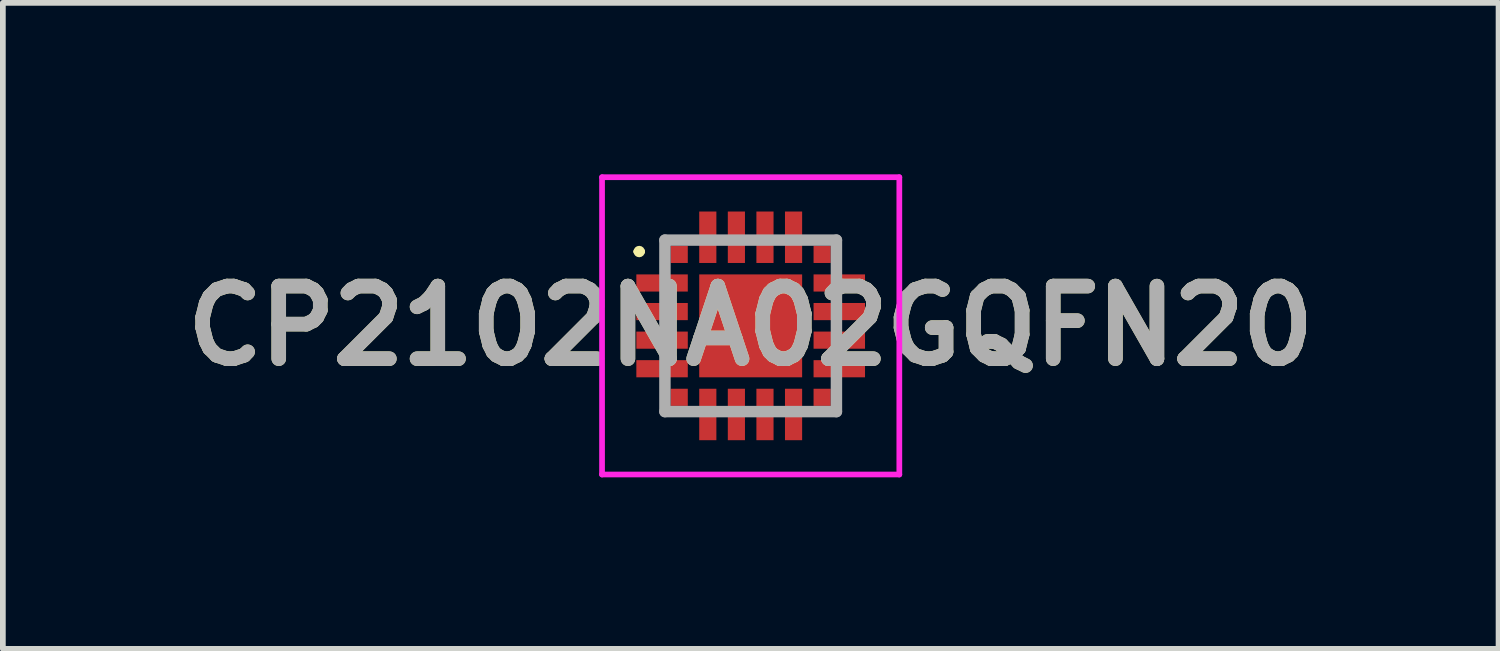
<source format=kicad_pcb>
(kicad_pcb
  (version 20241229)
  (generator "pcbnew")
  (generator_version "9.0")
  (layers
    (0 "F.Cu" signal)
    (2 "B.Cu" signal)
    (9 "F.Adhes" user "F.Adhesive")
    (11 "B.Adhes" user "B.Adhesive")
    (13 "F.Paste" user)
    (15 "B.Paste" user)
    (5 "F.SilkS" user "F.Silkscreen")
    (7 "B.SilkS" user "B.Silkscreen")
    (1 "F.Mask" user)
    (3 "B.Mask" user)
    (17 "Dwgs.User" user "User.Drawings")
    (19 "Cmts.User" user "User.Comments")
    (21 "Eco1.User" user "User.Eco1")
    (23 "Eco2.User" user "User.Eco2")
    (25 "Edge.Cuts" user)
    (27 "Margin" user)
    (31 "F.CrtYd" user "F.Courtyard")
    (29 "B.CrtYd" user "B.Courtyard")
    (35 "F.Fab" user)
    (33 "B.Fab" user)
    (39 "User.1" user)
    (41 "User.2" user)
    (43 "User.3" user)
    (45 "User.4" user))
  (footprint "CP2102NA02GQFN20"
    (layer "F.Cu")
    (at 10.081 2.65)
    (property "Reference" "CP2102NA02GQFN20" (at 0 0 0) (layer "F.SilkS") (effects (font (size 1.27 1.27) (thickness 0.254))))
    (attr smd)
    (fp_line (start -2 -1.3) (end -2 -1.3) (stroke (width 0.1) (type solid)) (layer "F.SilkS"))
    (fp_line (start -1.9 -1.3) (end -1.9 -1.3) (stroke (width 0.1) (type solid)) (layer "F.SilkS"))
    (fp_arc (start -2 -1.3) (mid -1.95 -1.35) (end -1.9 -1.3) (stroke (width 0.1) (type solid)) (layer "F.SilkS"))
    (fp_arc (start -1.9 -1.3) (mid -1.95 -1.25) (end -2 -1.3) (stroke (width 0.1) (type solid)) (layer "F.SilkS"))
    (fp_line (start -2.6 -2.6) (end 2.6 -2.6) (stroke (width 0.1) (type solid)) (layer "F.CrtYd"))
    (fp_line (start -2.6 2.6) (end -2.6 -2.6) (stroke (width 0.1) (type solid)) (layer "F.CrtYd"))
    (fp_line (start 2.6 -2.6) (end 2.6 2.6) (stroke (width 0.1) (type solid)) (layer "F.CrtYd"))
    (fp_line (start 2.6 2.6) (end -2.6 2.6) (stroke (width 0.1) (type solid)) (layer "F.CrtYd"))
    (fp_line (start -1.5 -1.5) (end 1.5 -1.5) (stroke (width 0.2) (type solid)) (layer "F.Fab"))
    (fp_line (start -1.5 1.5) (end -1.5 -1.5) (stroke (width 0.2) (type solid)) (layer "F.Fab"))
    (fp_line (start 1.5 -1.5) (end 1.5 1.5) (stroke (width 0.2) (type solid)) (layer "F.Fab"))
    (fp_line (start 1.5 1.5) (end -1.5 1.5) (stroke (width 0.2) (type solid)) (layer "F.Fab"))
    (fp_text user "${REFERENCE}" (at 0 0 0) (layer "F.Fab") (effects (font (size 1.27 1.27) (thickness 0.254))))
    (pad "1" smd rect (at -1.25 -1.25) (size 0.3 0.3) (layers "F.Cu" "F.Mask" "F.Paste"))
    (pad "2" smd rect (at -1.55 -0.75 90) (size 0.3 0.9) (layers "F.Cu" "F.Mask" "F.Paste"))
    (pad "3" smd rect (at -1.55 -0.25 90) (size 0.3 0.9) (layers "F.Cu" "F.Mask" "F.Paste"))
    (pad "4" smd rect (at -1.55 0.25 90) (size 0.3 0.9) (layers "F.Cu" "F.Mask" "F.Paste"))
    (pad "5" smd rect (at -1.55 0.75 90) (size 0.3 0.9) (layers "F.Cu" "F.Mask" "F.Paste"))
    (pad "6" smd rect (at -1.25 1.25) (size 0.3 0.3) (layers "F.Cu" "F.Mask" "F.Paste"))
    (pad "7" smd rect (at -0.75 1.55) (size 0.3 0.9) (layers "F.Cu" "F.Mask" "F.Paste"))
    (pad "8" smd rect (at -0.25 1.55) (size 0.3 0.9) (layers "F.Cu" "F.Mask" "F.Paste"))
    (pad "9" smd rect (at 0.25 1.55) (size 0.3 0.9) (layers "F.Cu" "F.Mask" "F.Paste"))
    (pad "10" smd rect (at 0.75 1.55) (size 0.3 0.9) (layers "F.Cu" "F.Mask" "F.Paste"))
    (pad "11" smd rect (at 1.25 1.25) (size 0.3 0.3) (layers "F.Cu" "F.Mask" "F.Paste"))
    (pad "12" smd rect (at 1.55 0.75 90) (size 0.3 0.9) (layers "F.Cu" "F.Mask" "F.Paste"))
    (pad "13" smd rect (at 1.55 0.25 90) (size 0.3 0.9) (layers "F.Cu" "F.Mask" "F.Paste"))
    (pad "14" smd rect (at 1.55 -0.25 90) (size 0.3 0.9) (layers "F.Cu" "F.Mask" "F.Paste"))
    (pad "15" smd rect (at 1.55 -0.75 90) (size 0.3 0.9) (layers "F.Cu" "F.Mask" "F.Paste"))
    (pad "16" smd rect (at 1.25 -1.25) (size 0.3 0.3) (layers "F.Cu" "F.Mask" "F.Paste"))
    (pad "17" smd rect (at 0.75 -1.55) (size 0.3 0.9) (layers "F.Cu" "F.Mask" "F.Paste"))
    (pad "18" smd rect (at 0.25 -1.55) (size 0.3 0.9) (layers "F.Cu" "F.Mask" "F.Paste"))
    (pad "19" smd rect (at -0.25 -1.55) (size 0.3 0.9) (layers "F.Cu" "F.Mask" "F.Paste"))
    (pad "20" smd rect (at -0.75 -1.55) (size 0.3 0.9) (layers "F.Cu" "F.Mask" "F.Paste"))
    (pad "21" smd rect (at 0 0) (size 1.8 1.8) (layers "F.Cu" "F.Mask" "F.Paste")))
  (gr_rect
    (start -3 -3)
    (end 23.163 8.3)
    (stroke (width 0.1) (type default))
    (fill no)
    (layer "Edge.Cuts")))
</source>
